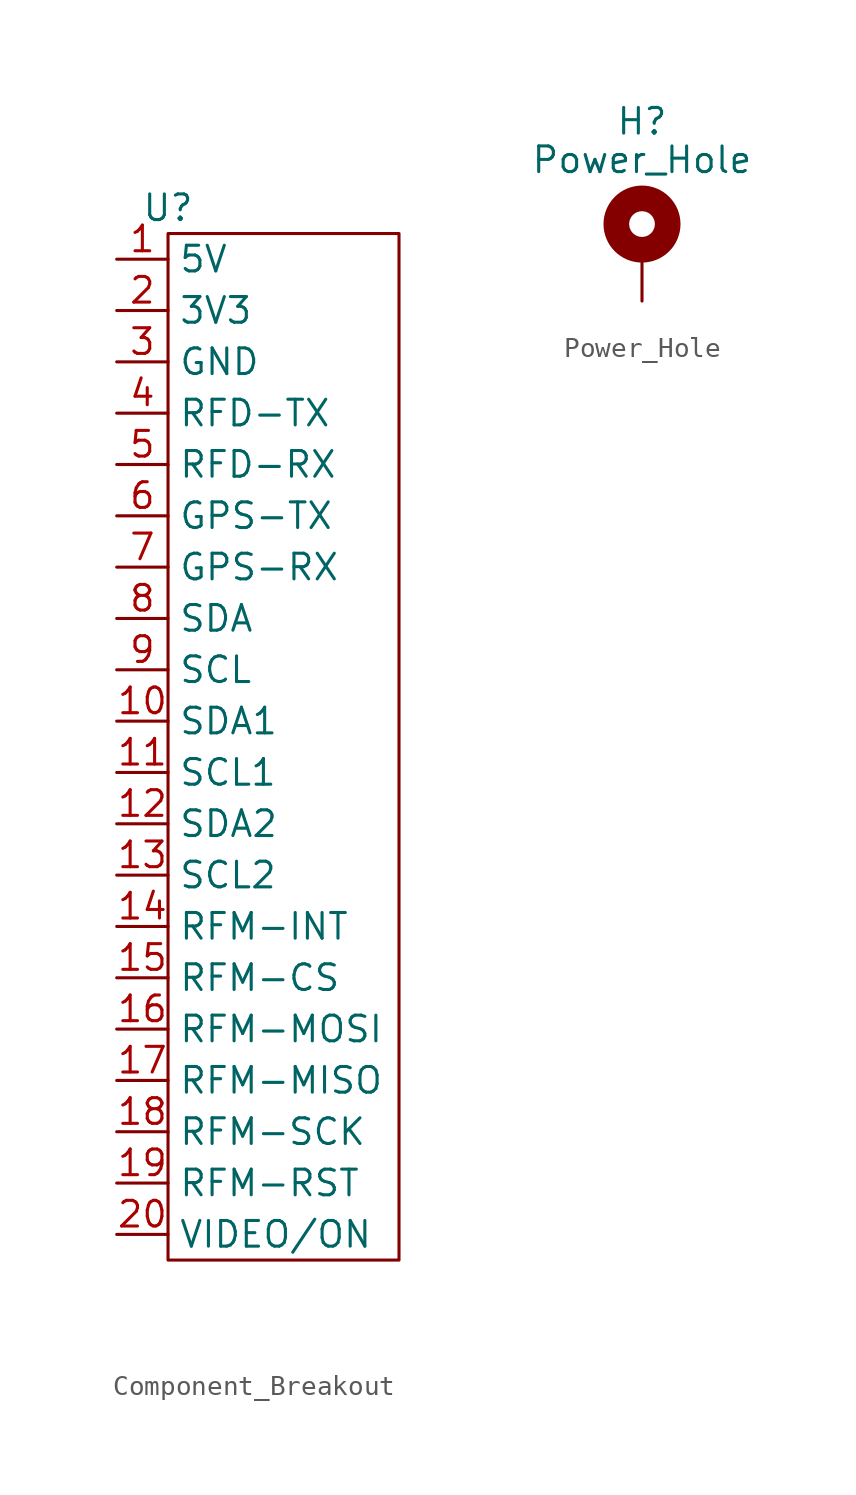
<source format=kicad_sym>
(kicad_symbol_lib
  (version 20231120)
  (generator "kicad_symbol_editor")
  (generator_version "8.0")
  (symbol "Component_Breakout"
    (property "Reference" "U"
      (at 0 0 0)
      (effects (font (size 1.27 1.27))))
    (property "Value" ""
      (at 0 0 0)
      (effects (font (size 1.27 1.27))))
    (symbol "Component_Breakout_0_1"
      (rectangle (start 0 -1.27) (end 11.43 -52.07) (stroke (width 0) (type default)) (fill (type none))))
    (symbol "Component_Breakout_1_1"
      (pin power_in line (at -2.54 -2.54 0) (length 2.54) (name "5V" (effects (font (size 1.27 1.27)))) (number "1" (effects (font (size 1.27 1.27)))))
      (pin bidirectional line (at -2.54 -25.4 0) (length 2.54) (name "SDA1" (effects (font (size 1.27 1.27)))) (number "10" (effects (font (size 1.27 1.27)))))
      (pin bidirectional line (at -2.54 -27.94 0) (length 2.54) (name "SCL1" (effects (font (size 1.27 1.27)))) (number "11" (effects (font (size 1.27 1.27)))))
      (pin bidirectional line (at -2.54 -30.48 0) (length 2.54) (name "SDA2" (effects (font (size 1.27 1.27)))) (number "12" (effects (font (size 1.27 1.27)))))
      (pin bidirectional line (at -2.54 -33.02 0) (length 2.54) (name "SCL2" (effects (font (size 1.27 1.27)))) (number "13" (effects (font (size 1.27 1.27)))))
      (pin bidirectional line (at -2.54 -35.56 0) (length 2.54) (name "RFM-INT" (effects (font (size 1.27 1.27)))) (number "14" (effects (font (size 1.27 1.27)))))
      (pin bidirectional line (at -2.54 -38.1 0) (length 2.54) (name "RFM-CS" (effects (font (size 1.27 1.27)))) (number "15" (effects (font (size 1.27 1.27)))))
      (pin bidirectional line (at -2.54 -40.64 0) (length 2.54) (name "RFM-MOSI" (effects (font (size 1.27 1.27)))) (number "16" (effects (font (size 1.27 1.27)))))
      (pin bidirectional line (at -2.54 -43.18 0) (length 2.54) (name "RFM-MISO" (effects (font (size 1.27 1.27)))) (number "17" (effects (font (size 1.27 1.27)))))
      (pin bidirectional line (at -2.54 -45.72 0) (length 2.54) (name "RFM-SCK" (effects (font (size 1.27 1.27)))) (number "18" (effects (font (size 1.27 1.27)))))
      (pin bidirectional line (at -2.54 -48.26 0) (length 2.54) (name "RFM-RST" (effects (font (size 1.27 1.27)))) (number "19" (effects (font (size 1.27 1.27)))))
      (pin power_in line (at -2.54 -5.08 0) (length 2.54) (name "3V3" (effects (font (size 1.27 1.27)))) (number "2" (effects (font (size 1.27 1.27)))))
      (pin bidirectional line (at -2.54 -50.8 0) (length 2.54) (name "VIDEO/ON" (effects (font (size 1.27 1.27)))) (number "20" (effects (font (size 1.27 1.27)))))
      (pin power_in line (at -2.54 -7.62 0) (length 2.54) (name "GND" (effects (font (size 1.27 1.27)))) (number "3" (effects (font (size 1.27 1.27)))))
      (pin bidirectional line (at -2.54 -10.16 0) (length 2.54) (name "RFD-TX" (effects (font (size 1.27 1.27)))) (number "4" (effects (font (size 1.27 1.27)))))
      (pin bidirectional line (at -2.54 -12.7 0) (length 2.54) (name "RFD-RX" (effects (font (size 1.27 1.27)))) (number "5" (effects (font (size 1.27 1.27)))))
      (pin bidirectional line (at -2.54 -15.24 0) (length 2.54) (name "GPS-TX" (effects (font (size 1.27 1.27)))) (number "6" (effects (font (size 1.27 1.27)))))
      (pin bidirectional line (at -2.54 -17.78 0) (length 2.54) (name "GPS-RX" (effects (font (size 1.27 1.27)))) (number "7" (effects (font (size 1.27 1.27)))))
      (pin bidirectional line (at -2.54 -20.32 0) (length 2.54) (name "SDA" (effects (font (size 1.27 1.27)))) (number "8" (effects (font (size 1.27 1.27)))))
      (pin bidirectional line (at -2.54 -22.86 0) (length 2.54) (name "SCL" (effects (font (size 1.27 1.27)))) (number "9" (effects (font (size 1.27 1.27)))))))
  (symbol "Power_Hole"
    (pin_numbers hide)
    (pin_names
      (offset 1.016) hide)
    (property "Reference" "H"
      (at 0 6.35 0)
      (effects (font (size 1.27 1.27))))
    (property "Value" "Power_Hole"
      (at 0 4.445 0)
      (effects (font (size 1.27 1.27))))
    (symbol "Power_Hole_0_1"
      (circle (center 0 1.27) (radius 1.27) (stroke (width 1.27) (type default)) (fill (type none))))
    (symbol "Power_Hole_1_1"
      (pin power_out line (at 0 -2.54 90) (length 2.54) (name "1" (effects (font (size 1.27 1.27)))) (number "1" (effects (font (size 1.27 1.27))))))))
</source>
